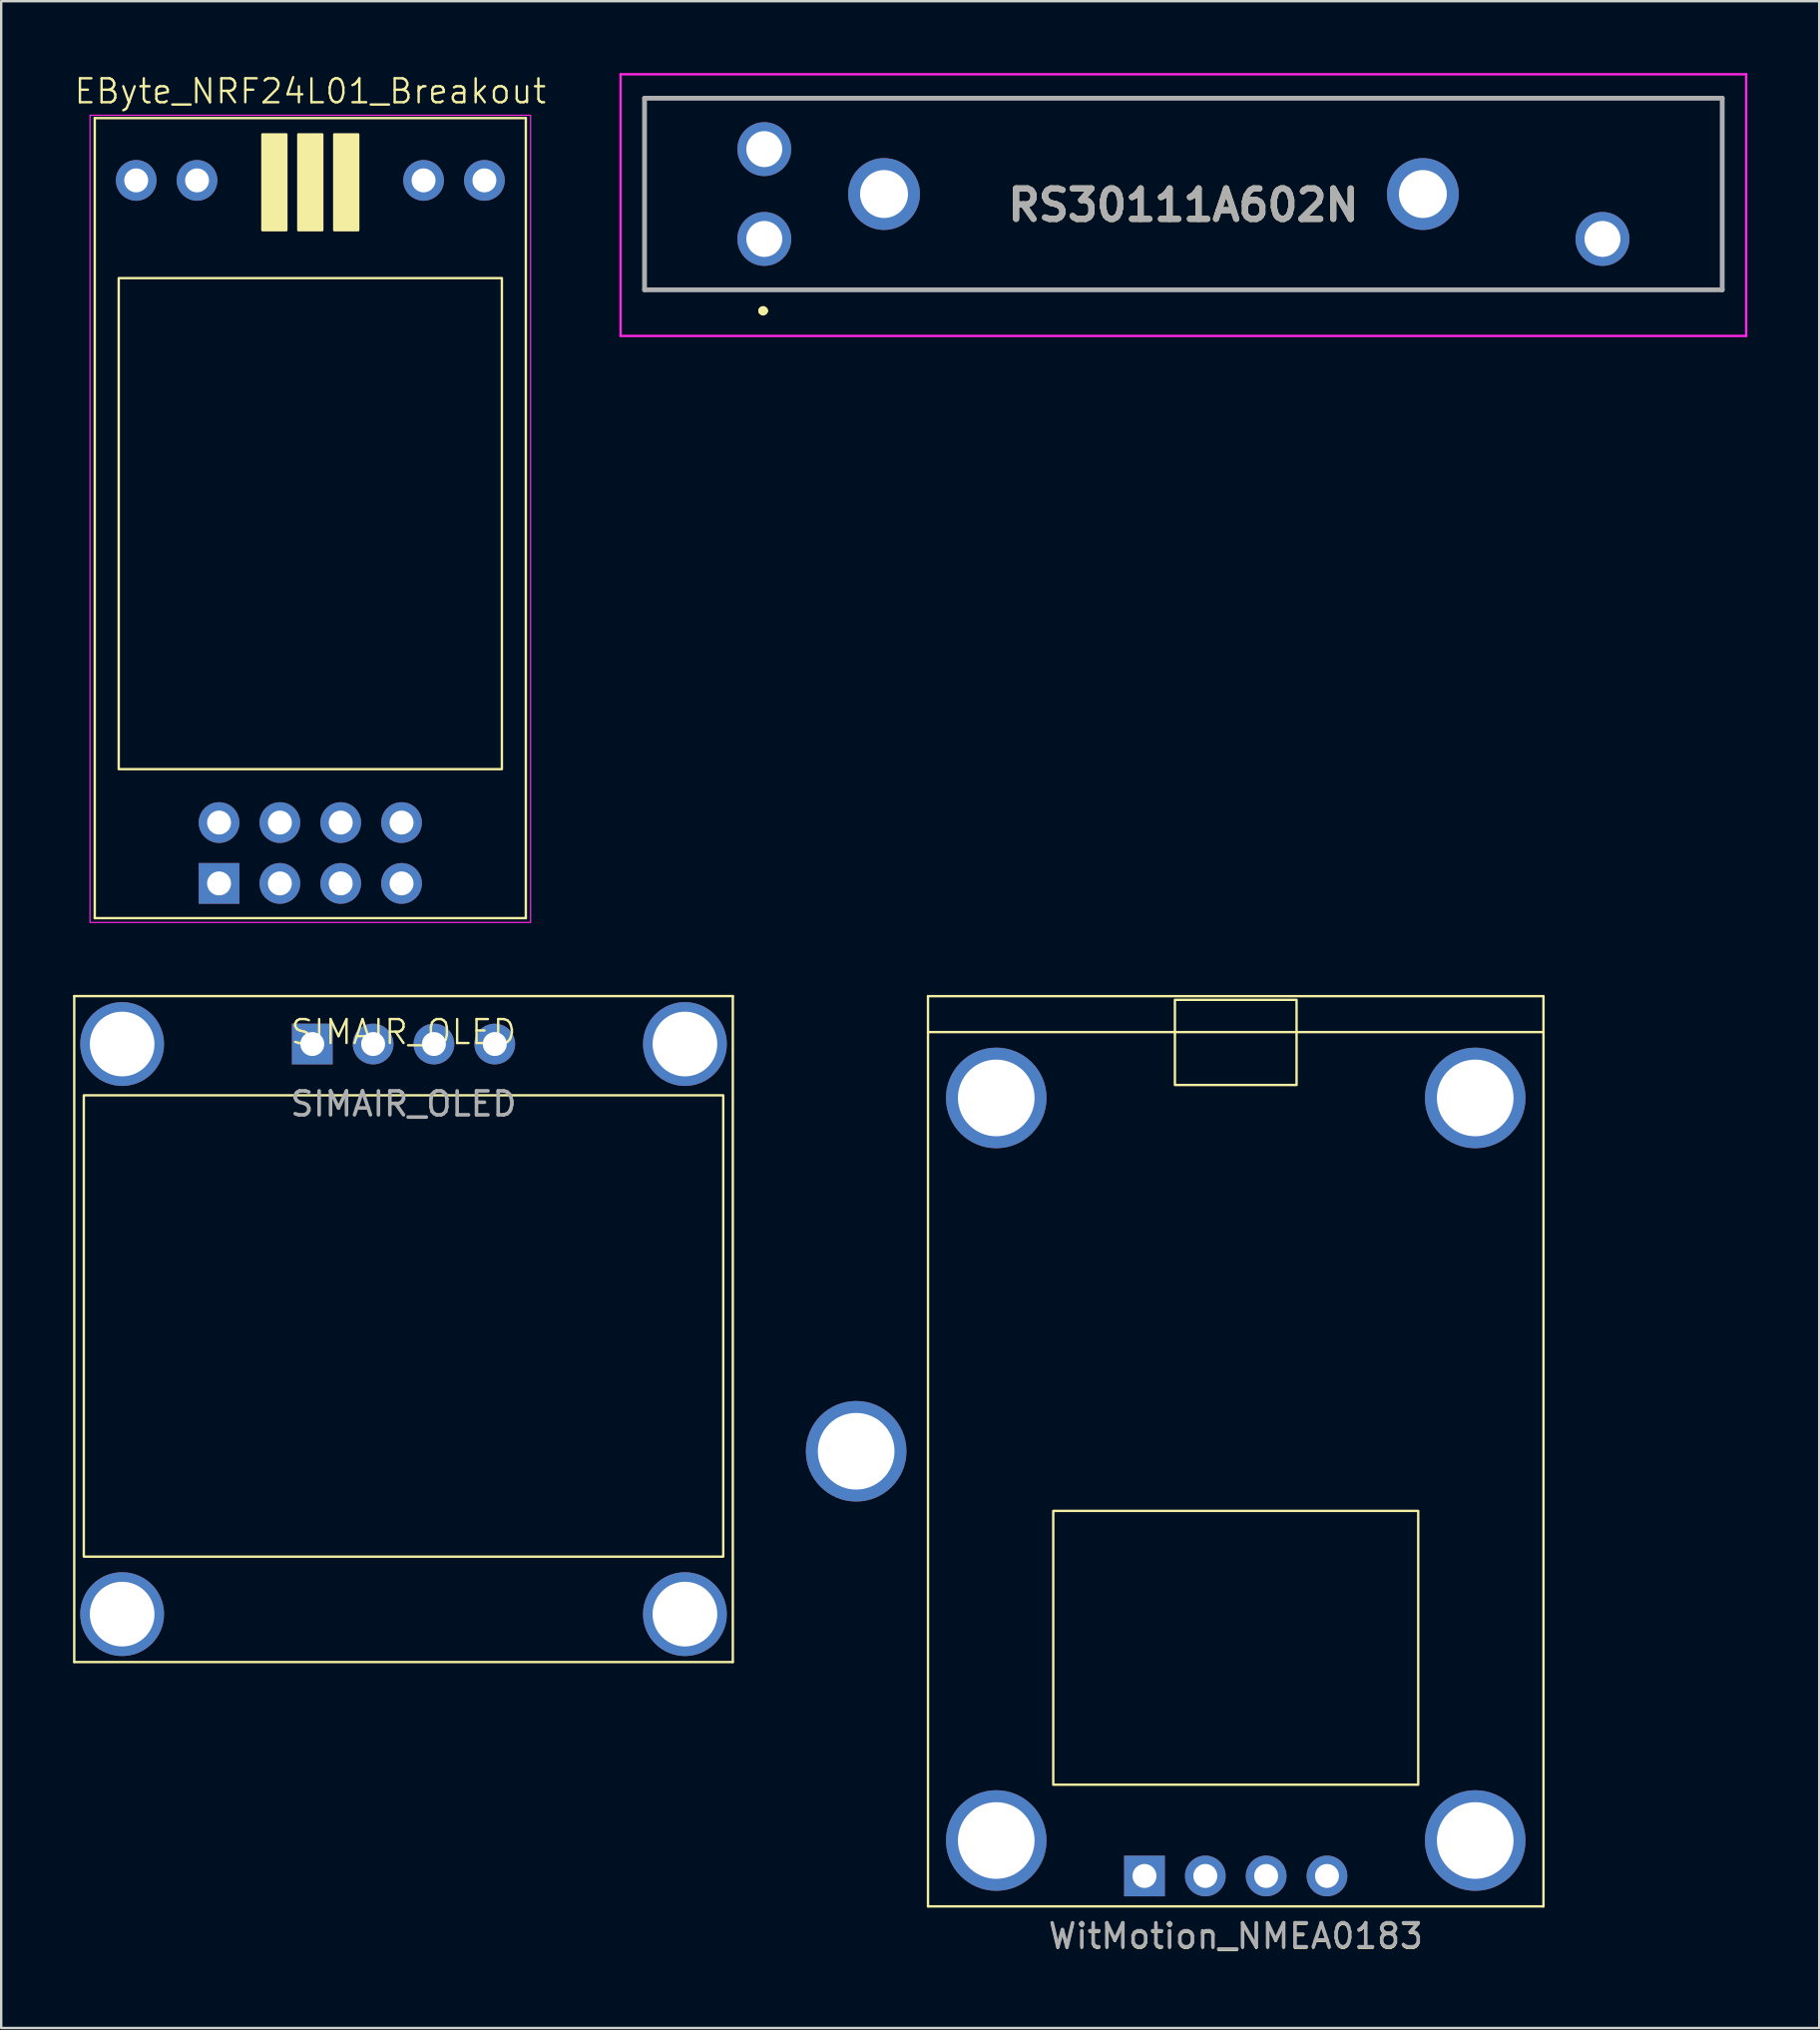
<source format=kicad_pcb>
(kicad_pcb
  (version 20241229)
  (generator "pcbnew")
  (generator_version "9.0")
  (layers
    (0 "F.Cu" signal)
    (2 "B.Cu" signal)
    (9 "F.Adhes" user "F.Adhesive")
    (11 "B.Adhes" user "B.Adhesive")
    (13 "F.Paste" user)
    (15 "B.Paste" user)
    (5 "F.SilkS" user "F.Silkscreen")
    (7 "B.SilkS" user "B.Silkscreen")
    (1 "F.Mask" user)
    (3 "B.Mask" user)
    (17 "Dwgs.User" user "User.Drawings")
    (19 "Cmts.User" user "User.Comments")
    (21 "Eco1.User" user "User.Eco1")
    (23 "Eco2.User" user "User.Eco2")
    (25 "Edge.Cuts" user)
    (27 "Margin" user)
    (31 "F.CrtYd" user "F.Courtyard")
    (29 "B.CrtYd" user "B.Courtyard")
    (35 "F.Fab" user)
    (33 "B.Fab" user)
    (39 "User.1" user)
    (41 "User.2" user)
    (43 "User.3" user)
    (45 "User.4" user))
  (footprint "RS30111A602N"
    (layer "F.Cu")
    (at 28.864 6.925)
    (property "Reference" "RS30111A602N" (at 17.5 -1.413 0) (layer "F.SilkS") (effects (font (size 1.27 1.27) (thickness 0.254))))
    (attr through_hole)
    (fp_line (start -5 -5.875) (end 40 -5.875) (stroke (width 0.1) (type solid)) (layer "F.SilkS"))
    (fp_line (start -5 2.125) (end -5 -5.875) (stroke (width 0.1) (type solid)) (layer "F.SilkS"))
    (fp_line (start -0.1 3) (end -0.1 3) (stroke (width 0.3) (type solid)) (layer "F.SilkS"))
    (fp_line (start 0 3) (end 0 3) (stroke (width 0.3) (type solid)) (layer "F.SilkS"))
    (fp_line (start 40 -5.875) (end 40 2.125) (stroke (width 0.1) (type solid)) (layer "F.SilkS"))
    (fp_line (start 40 2.125) (end -5 2.125) (stroke (width 0.1) (type solid)) (layer "F.SilkS"))
    (fp_arc (start -0.1 3) (mid -0.05 2.95) (end 0 3) (stroke (width 0.3) (type solid)) (layer "F.SilkS"))
    (fp_arc (start 0 3) (mid -0.05 3.05) (end -0.1 3) (stroke (width 0.3) (type solid)) (layer "F.SilkS"))
    (fp_line (start -6 -6.875) (end 41 -6.875) (stroke (width 0.1) (type solid)) (layer "F.CrtYd"))
    (fp_line (start -6 4.05) (end -6 -6.875) (stroke (width 0.1) (type solid)) (layer "F.CrtYd"))
    (fp_line (start 41 -6.875) (end 41 4.05) (stroke (width 0.1) (type solid)) (layer "F.CrtYd"))
    (fp_line (start 41 4.05) (end -6 4.05) (stroke (width 0.1) (type solid)) (layer "F.CrtYd"))
    (fp_line (start -5 -5.875) (end 40 -5.875) (stroke (width 0.2) (type solid)) (layer "F.Fab"))
    (fp_line (start -5 2.125) (end -5 -5.875) (stroke (width 0.2) (type solid)) (layer "F.Fab"))
    (fp_line (start 40 -5.875) (end 40 2.125) (stroke (width 0.2) (type solid)) (layer "F.Fab"))
    (fp_line (start 40 2.125) (end -5 2.125) (stroke (width 0.2) (type solid)) (layer "F.Fab"))
    (fp_text user "${REFERENCE}" (at 17.5 -1.413 0) (layer "F.Fab") (effects (font (size 1.27 1.27) (thickness 0.254))))
    (pad "1" thru_hole circle (at 0 0) (size 2.25 2.25) (drill 1.5) (layers "*.Cu" "*.Mask"))
    (pad "2" thru_hole circle (at 0 -3.75) (size 2.25 2.25) (drill 1.5) (layers "*.Cu" "*.Mask"))
    (pad "3" thru_hole circle (at 35 0) (size 2.25 2.25) (drill 1.5) (layers "*.Cu" "*.Mask"))
    (pad "MH1" thru_hole circle (at 5 -1.875) (size 3 3) (drill 2) (layers "*.Cu" "*.Mask"))
    (pad "MH2" thru_hole circle (at 27.5 -1.875) (size 3 3) (drill 2) (layers "*.Cu" "*.Mask")))
  (footprint "EByte_NRF24L01_Breakout"
    (layer "F.Cu")
    (at 9.907 32.56)
    (property "Reference" "EByte_NRF24L01_Breakout" (at 0 -31.8 0) (unlocked yes) (layer "F.SilkS") (effects (font (size 1 1) (thickness 0.1))))
    (attr smd)
    (fp_line (start -9 -30.68) (end -9 2.72) (stroke (width 0.1) (type default)) (layer "F.SilkS"))
    (fp_line (start -9 2.72) (end 9 2.72) (stroke (width 0.1) (type default)) (layer "F.SilkS"))
    (fp_line (start 9 -30.68) (end -9 -30.68) (stroke (width 0.1) (type default)) (layer "F.SilkS"))
    (fp_line (start 9 2.72) (end 9 -30.68) (stroke (width 0.1) (type default)) (layer "F.SilkS"))
    (fp_rect (start -8 -24) (end 8 -3.5) (stroke (width 0.1) (type default)) (fill no) (layer "F.SilkS"))
    (fp_rect (start -2 -30) (end -1 -26) (stroke (width 0.1) (type solid)) (fill yes) (layer "F.SilkS"))
    (fp_rect (start -0.5 -30) (end 0.5 -26) (stroke (width 0.1) (type solid)) (fill yes) (layer "F.SilkS"))
    (fp_rect (start 1 -30) (end 2 -26) (stroke (width 0.1) (type solid)) (fill yes) (layer "F.SilkS"))
    (fp_rect (start -9.2 -30.8) (end 9.2 2.9) (stroke (width 0.05) (type default)) (fill no) (layer "F.CrtYd"))
    (pad "1" thru_hole rect (at -3.81 1.27 90) (size 1.7 1.7) (drill 1) (layers "*.Cu" "*.Mask"))
    (pad "2" thru_hole circle (at -3.81 -1.27 90) (size 1.7 1.7) (drill 1) (layers "*.Cu" "*.Mask"))
    (pad "3" thru_hole circle (at -1.27 1.27 90) (size 1.7 1.7) (drill 1) (layers "*.Cu" "*.Mask"))
    (pad "4" thru_hole circle (at -1.27 -1.27 90) (size 1.7 1.7) (drill 1) (layers "*.Cu" "*.Mask"))
    (pad "5" thru_hole circle (at 1.27 1.27 90) (size 1.7 1.7) (drill 1) (layers "*.Cu" "*.Mask"))
    (pad "6" thru_hole circle (at 1.27 -1.27 90) (size 1.7 1.7) (drill 1) (layers "*.Cu" "*.Mask"))
    (pad "7" thru_hole circle (at 3.81 1.27 90) (size 1.7 1.7) (drill 1) (layers "*.Cu" "*.Mask"))
    (pad "8" thru_hole circle (at 3.81 -1.27 90) (size 1.7 1.7) (drill 1) (layers "*.Cu" "*.Mask"))
    (pad "X" thru_hole circle (at -7.27 -28.08 90) (size 1.7 1.7) (drill 1) (layers "*.Cu" "*.Mask"))
    (pad "X" thru_hole circle (at -4.73 -28.08 90) (size 1.7 1.7) (drill 1) (layers "*.Cu" "*.Mask"))
    (pad "X" thru_hole circle (at 4.73 -28.08 90) (size 1.7 1.7) (drill 1) (layers "*.Cu" "*.Mask"))
    (pad "X" thru_hole circle (at 7.27 -28.08 90) (size 1.7 1.7) (drill 1) (layers "*.Cu" "*.Mask")))
  (footprint "WitMotion_NMEA0183"
    (layer "F.Cu")
    (at 48.55 75.266)
    (property "Reference" "WitMotion_NMEA0183" (at 0 2.54 0) (unlocked yes) (layer "F.SilkS") (effects (font (size 1 1) (thickness 0.1))))
    (attr smd)
    (fp_line (start -12.85 -36.73) (end 12.85 -36.73) (stroke (width 0.1) (type default)) (layer "F.SilkS"))
    (fp_line (start -12.85 -35.23) (end 12.85 -35.23) (stroke (width 0.1) (type default)) (layer "F.SilkS"))
    (fp_line (start -12.85 1.27) (end -12.85 -36.73) (stroke (width 0.1) (type default)) (layer "F.SilkS"))
    (fp_line (start -12.85 1.27) (end 12.85 1.27) (stroke (width 0.1) (type default)) (layer "F.SilkS"))
    (fp_line (start 12.85 1.27) (end 12.85 -36.73) (stroke (width 0.1) (type default)) (layer "F.SilkS"))
    (fp_rect (start -7.62 -15.24) (end 7.62 -3.81) (stroke (width 0.1) (type default)) (fill no) (layer "F.SilkS"))
    (fp_rect (start -2.54 -36.576) (end 2.54 -33.02) (stroke (width 0.1) (type default)) (fill no) (layer "F.SilkS"))
    (fp_text user "${REFERENCE}" (at 0 2.5 0) (unlocked yes) (layer "F.Fab") (effects (font (size 1 1) (thickness 0.15))))
    (pad "" thru_hole oval (at -15.85 -17.73 90) (size 4.2 4.2) (drill 3.2) (layers "*.Cu" "*.Mask"))
    (pad "" thru_hole oval (at -10 -32.48 90) (size 4.2 4.2) (drill 3.2) (layers "*.Cu" "*.Mask"))
    (pad "" thru_hole oval (at -10 -1.48 90) (size 4.2 4.2) (drill 3.2) (layers "*.Cu" "*.Mask"))
    (pad "" thru_hole oval (at 10 -32.48 90) (size 4.2 4.2) (drill 3.2) (layers "*.Cu" "*.Mask"))
    (pad "" thru_hole oval (at 10 -1.48 90) (size 4.2 4.2) (drill 3.2) (layers "*.Cu" "*.Mask"))
    (pad "1" thru_hole rect (at -3.81 0 90) (size 1.7 1.7) (drill 1) (layers "*.Cu" "*.Mask"))
    (pad "2" thru_hole oval (at -1.27 0 90) (size 1.7 1.7) (drill 1) (layers "*.Cu" "*.Mask"))
    (pad "3" thru_hole oval (at 1.27 0 90) (size 1.7 1.7) (drill 1) (layers "*.Cu" "*.Mask"))
    (pad "4" thru_hole oval (at 3.81 0 90) (size 1.7 1.7) (drill 1) (layers "*.Cu" "*.Mask")))
  (footprint "SIMAIR_OLED"
    (layer "F.Cu")
    (at 13.8 40.535)
    (property "Reference" "SIMAIR_OLED" (at 0 -0.5 0) (unlocked yes) (layer "F.SilkS") (effects (font (size 1 1) (thickness 0.1))))
    (attr smd)
    (fp_line (start -13.75 -2) (end -13.75 25.8) (stroke (width 0.1) (type default)) (layer "F.SilkS"))
    (fp_line (start -13.75 -2) (end 13.75 -2) (stroke (width 0.1) (type default)) (layer "F.SilkS"))
    (fp_line (start -13.75 25.8) (end 13.75 25.8) (stroke (width 0.1) (type default)) (layer "F.SilkS"))
    (fp_line (start 13.75 -2) (end 13.75 25.8) (stroke (width 0.1) (type default)) (layer "F.SilkS"))
    (fp_rect (start -13.35 2.14) (end 13.35 21.4) (stroke (width 0.1) (type default)) (fill no) (layer "F.SilkS"))
    (fp_text user "${REFERENCE}" (at 0 2.5 0) (unlocked yes) (layer "F.Fab") (effects (font (size 1 1) (thickness 0.15))))
    (pad "" thru_hole oval (at -11.75 0 90) (size 3.5 3.5) (drill 2.7) (layers "*.Cu" "*.Mask"))
    (pad "" thru_hole oval (at -11.75 23.8 90) (size 3.5 3.5) (drill 2.7) (layers "*.Cu" "*.Mask"))
    (pad "" thru_hole oval (at 11.75 0 90) (size 3.5 3.5) (drill 2.7) (layers "*.Cu" "*.Mask"))
    (pad "" thru_hole oval (at 11.75 23.8 90) (size 3.5 3.5) (drill 2.7) (layers "*.Cu" "*.Mask"))
    (pad "1" thru_hole rect (at -3.81 0 90) (size 1.7 1.7) (drill 1) (layers "*.Cu" "*.Mask"))
    (pad "2" thru_hole oval (at -1.27 0 90) (size 1.7 1.7) (drill 1) (layers "*.Cu" "*.Mask"))
    (pad "3" thru_hole oval (at 1.27 0 90) (size 1.7 1.7) (drill 1) (layers "*.Cu" "*.Mask"))
    (pad "4" thru_hole oval (at 3.81 0 90) (size 1.7 1.7) (drill 1) (layers "*.Cu" "*.Mask")))
  (gr_rect
    (start -3 -3)
    (end 72.914 81.614)
    (stroke (width 0.1) (type default))
    (fill no)
    (layer "Edge.Cuts")))
</source>
